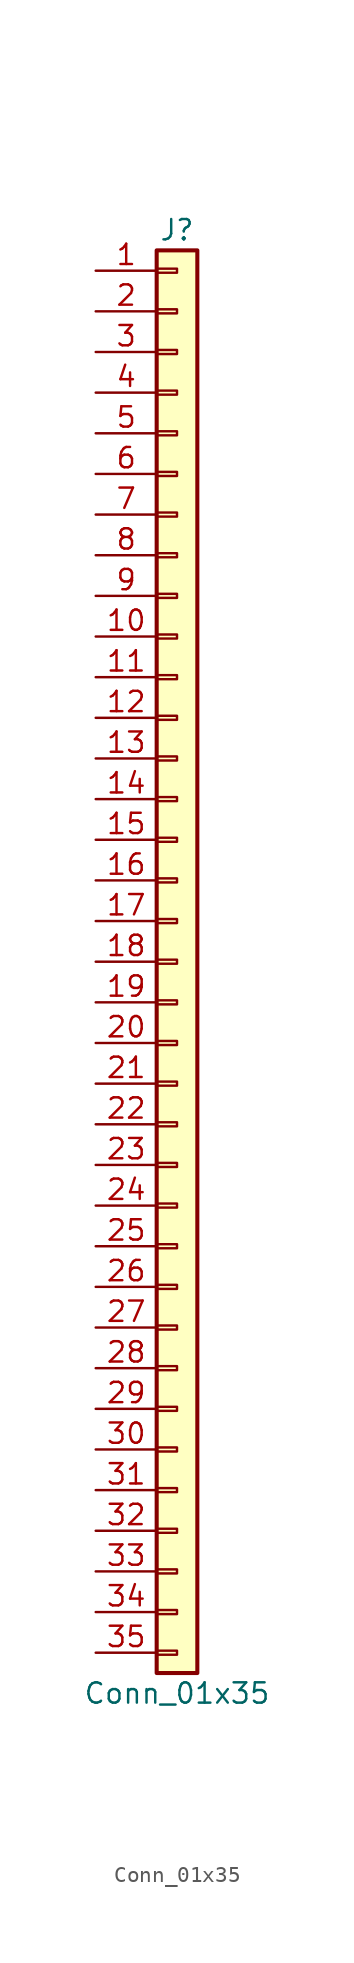
<source format=kicad_sym>
(kicad_symbol_lib
  (version 20211014)
  (generator kicad_symbol_editor)
  (symbol "Conn_01x35"
    (pin_names
      (offset 1.016) hide)
    (property "Reference" "J"
      (at 0 45.72 0)
      (effects (font (size 1.27 1.27))))
    (property "Value" "Conn_01x35"
      (at 0 -45.72 0)
      (effects (font (size 1.27 1.27))))
    (symbol "Conn_01x35_1_1"
      (rectangle (start -1.27 -43.053) (end 0 -43.307) (stroke (width 0.152) (type default) (color 0 0 0 0)) (fill (type none)))
      (rectangle (start -1.27 -40.513) (end 0 -40.767) (stroke (width 0.152) (type default) (color 0 0 0 0)) (fill (type none)))
      (rectangle (start -1.27 -37.973) (end 0 -38.227) (stroke (width 0.152) (type default) (color 0 0 0 0)) (fill (type none)))
      (rectangle (start -1.27 -35.433) (end 0 -35.687) (stroke (width 0.152) (type default) (color 0 0 0 0)) (fill (type none)))
      (rectangle (start -1.27 -32.893) (end 0 -33.147) (stroke (width 0.152) (type default) (color 0 0 0 0)) (fill (type none)))
      (rectangle (start -1.27 -30.353) (end 0 -30.607) (stroke (width 0.152) (type default) (color 0 0 0 0)) (fill (type none)))
      (rectangle (start -1.27 -27.813) (end 0 -28.067) (stroke (width 0.152) (type default) (color 0 0 0 0)) (fill (type none)))
      (rectangle (start -1.27 -25.273) (end 0 -25.527) (stroke (width 0.152) (type default) (color 0 0 0 0)) (fill (type none)))
      (rectangle (start -1.27 -22.733) (end 0 -22.987) (stroke (width 0.152) (type default) (color 0 0 0 0)) (fill (type none)))
      (rectangle (start -1.27 -20.193) (end 0 -20.447) (stroke (width 0.152) (type default) (color 0 0 0 0)) (fill (type none)))
      (rectangle (start -1.27 -17.653) (end 0 -17.907) (stroke (width 0.152) (type default) (color 0 0 0 0)) (fill (type none)))
      (rectangle (start -1.27 -15.113) (end 0 -15.367) (stroke (width 0.152) (type default) (color 0 0 0 0)) (fill (type none)))
      (rectangle (start -1.27 -12.573) (end 0 -12.827) (stroke (width 0.152) (type default) (color 0 0 0 0)) (fill (type none)))
      (rectangle (start -1.27 -10.033) (end 0 -10.287) (stroke (width 0.152) (type default) (color 0 0 0 0)) (fill (type none)))
      (rectangle (start -1.27 -7.493) (end 0 -7.747) (stroke (width 0.152) (type default) (color 0 0 0 0)) (fill (type none)))
      (rectangle (start -1.27 -4.953) (end 0 -5.207) (stroke (width 0.152) (type default) (color 0 0 0 0)) (fill (type none)))
      (rectangle (start -1.27 -2.413) (end 0 -2.667) (stroke (width 0.152) (type default) (color 0 0 0 0)) (fill (type none)))
      (rectangle (start -1.27 0.127) (end 0 -0.127) (stroke (width 0.152) (type default) (color 0 0 0 0)) (fill (type none)))
      (rectangle (start -1.27 2.667) (end 0 2.413) (stroke (width 0.152) (type default) (color 0 0 0 0)) (fill (type none)))
      (rectangle (start -1.27 5.207) (end 0 4.953) (stroke (width 0.152) (type default) (color 0 0 0 0)) (fill (type none)))
      (rectangle (start -1.27 7.747) (end 0 7.493) (stroke (width 0.152) (type default) (color 0 0 0 0)) (fill (type none)))
      (rectangle (start -1.27 10.287) (end 0 10.033) (stroke (width 0.152) (type default) (color 0 0 0 0)) (fill (type none)))
      (rectangle (start -1.27 12.827) (end 0 12.573) (stroke (width 0.152) (type default) (color 0 0 0 0)) (fill (type none)))
      (rectangle (start -1.27 15.367) (end 0 15.113) (stroke (width 0.152) (type default) (color 0 0 0 0)) (fill (type none)))
      (rectangle (start -1.27 17.907) (end 0 17.653) (stroke (width 0.152) (type default) (color 0 0 0 0)) (fill (type none)))
      (rectangle (start -1.27 20.447) (end 0 20.193) (stroke (width 0.152) (type default) (color 0 0 0 0)) (fill (type none)))
      (rectangle (start -1.27 22.987) (end 0 22.733) (stroke (width 0.152) (type default) (color 0 0 0 0)) (fill (type none)))
      (rectangle (start -1.27 25.527) (end 0 25.273) (stroke (width 0.152) (type default) (color 0 0 0 0)) (fill (type none)))
      (rectangle (start -1.27 28.067) (end 0 27.813) (stroke (width 0.152) (type default) (color 0 0 0 0)) (fill (type none)))
      (rectangle (start -1.27 30.607) (end 0 30.353) (stroke (width 0.152) (type default) (color 0 0 0 0)) (fill (type none)))
      (rectangle (start -1.27 33.147) (end 0 32.893) (stroke (width 0.152) (type default) (color 0 0 0 0)) (fill (type none)))
      (rectangle (start -1.27 35.687) (end 0 35.433) (stroke (width 0.152) (type default) (color 0 0 0 0)) (fill (type none)))
      (rectangle (start -1.27 38.227) (end 0 37.973) (stroke (width 0.152) (type default) (color 0 0 0 0)) (fill (type none)))
      (rectangle (start -1.27 40.767) (end 0 40.513) (stroke (width 0.152) (type default) (color 0 0 0 0)) (fill (type none)))
      (rectangle (start -1.27 43.307) (end 0 43.053) (stroke (width 0.152) (type default) (color 0 0 0 0)) (fill (type none)))
      (rectangle (start -1.27 44.45) (end 1.27 -44.45) (stroke (width 0.254) (type default) (color 0 0 0 0)) (fill (type background)))
      (pin passive line (at -5.08 43.18 0) (length 3.81) (name "Pin_1" (effects (font (size 1.27 1.27)))) (number "1" (effects (font (size 1.27 1.27)))))
      (pin passive line (at -5.08 20.32 0) (length 3.81) (name "Pin_10" (effects (font (size 1.27 1.27)))) (number "10" (effects (font (size 1.27 1.27)))))
      (pin passive line (at -5.08 17.78 0) (length 3.81) (name "Pin_11" (effects (font (size 1.27 1.27)))) (number "11" (effects (font (size 1.27 1.27)))))
      (pin passive line (at -5.08 15.24 0) (length 3.81) (name "Pin_12" (effects (font (size 1.27 1.27)))) (number "12" (effects (font (size 1.27 1.27)))))
      (pin passive line (at -5.08 12.7 0) (length 3.81) (name "Pin_13" (effects (font (size 1.27 1.27)))) (number "13" (effects (font (size 1.27 1.27)))))
      (pin passive line (at -5.08 10.16 0) (length 3.81) (name "Pin_14" (effects (font (size 1.27 1.27)))) (number "14" (effects (font (size 1.27 1.27)))))
      (pin passive line (at -5.08 7.62 0) (length 3.81) (name "Pin_15" (effects (font (size 1.27 1.27)))) (number "15" (effects (font (size 1.27 1.27)))))
      (pin passive line (at -5.08 5.08 0) (length 3.81) (name "Pin_16" (effects (font (size 1.27 1.27)))) (number "16" (effects (font (size 1.27 1.27)))))
      (pin passive line (at -5.08 2.54 0) (length 3.81) (name "Pin_17" (effects (font (size 1.27 1.27)))) (number "17" (effects (font (size 1.27 1.27)))))
      (pin passive line (at -5.08 0 0) (length 3.81) (name "Pin_18" (effects (font (size 1.27 1.27)))) (number "18" (effects (font (size 1.27 1.27)))))
      (pin passive line (at -5.08 -2.54 0) (length 3.81) (name "Pin_19" (effects (font (size 1.27 1.27)))) (number "19" (effects (font (size 1.27 1.27)))))
      (pin passive line (at -5.08 40.64 0) (length 3.81) (name "Pin_2" (effects (font (size 1.27 1.27)))) (number "2" (effects (font (size 1.27 1.27)))))
      (pin passive line (at -5.08 -5.08 0) (length 3.81) (name "Pin_20" (effects (font (size 1.27 1.27)))) (number "20" (effects (font (size 1.27 1.27)))))
      (pin passive line (at -5.08 -7.62 0) (length 3.81) (name "Pin_21" (effects (font (size 1.27 1.27)))) (number "21" (effects (font (size 1.27 1.27)))))
      (pin passive line (at -5.08 -10.16 0) (length 3.81) (name "Pin_22" (effects (font (size 1.27 1.27)))) (number "22" (effects (font (size 1.27 1.27)))))
      (pin passive line (at -5.08 -12.7 0) (length 3.81) (name "Pin_23" (effects (font (size 1.27 1.27)))) (number "23" (effects (font (size 1.27 1.27)))))
      (pin passive line (at -5.08 -15.24 0) (length 3.81) (name "Pin_24" (effects (font (size 1.27 1.27)))) (number "24" (effects (font (size 1.27 1.27)))))
      (pin passive line (at -5.08 -17.78 0) (length 3.81) (name "Pin_25" (effects (font (size 1.27 1.27)))) (number "25" (effects (font (size 1.27 1.27)))))
      (pin passive line (at -5.08 -20.32 0) (length 3.81) (name "Pin_26" (effects (font (size 1.27 1.27)))) (number "26" (effects (font (size 1.27 1.27)))))
      (pin passive line (at -5.08 -22.86 0) (length 3.81) (name "Pin_27" (effects (font (size 1.27 1.27)))) (number "27" (effects (font (size 1.27 1.27)))))
      (pin passive line (at -5.08 -25.4 0) (length 3.81) (name "Pin_28" (effects (font (size 1.27 1.27)))) (number "28" (effects (font (size 1.27 1.27)))))
      (pin passive line (at -5.08 -27.94 0) (length 3.81) (name "Pin_29" (effects (font (size 1.27 1.27)))) (number "29" (effects (font (size 1.27 1.27)))))
      (pin passive line (at -5.08 38.1 0) (length 3.81) (name "Pin_3" (effects (font (size 1.27 1.27)))) (number "3" (effects (font (size 1.27 1.27)))))
      (pin passive line (at -5.08 -30.48 0) (length 3.81) (name "Pin_30" (effects (font (size 1.27 1.27)))) (number "30" (effects (font (size 1.27 1.27)))))
      (pin passive line (at -5.08 -33.02 0) (length 3.81) (name "Pin_31" (effects (font (size 1.27 1.27)))) (number "31" (effects (font (size 1.27 1.27)))))
      (pin passive line (at -5.08 -35.56 0) (length 3.81) (name "Pin_32" (effects (font (size 1.27 1.27)))) (number "32" (effects (font (size 1.27 1.27)))))
      (pin passive line (at -5.08 -38.1 0) (length 3.81) (name "Pin_33" (effects (font (size 1.27 1.27)))) (number "33" (effects (font (size 1.27 1.27)))))
      (pin passive line (at -5.08 -40.64 0) (length 3.81) (name "Pin_34" (effects (font (size 1.27 1.27)))) (number "34" (effects (font (size 1.27 1.27)))))
      (pin passive line (at -5.08 -43.18 0) (length 3.81) (name "Pin_35" (effects (font (size 1.27 1.27)))) (number "35" (effects (font (size 1.27 1.27)))))
      (pin passive line (at -5.08 35.56 0) (length 3.81) (name "Pin_4" (effects (font (size 1.27 1.27)))) (number "4" (effects (font (size 1.27 1.27)))))
      (pin passive line (at -5.08 33.02 0) (length 3.81) (name "Pin_5" (effects (font (size 1.27 1.27)))) (number "5" (effects (font (size 1.27 1.27)))))
      (pin passive line (at -5.08 30.48 0) (length 3.81) (name "Pin_6" (effects (font (size 1.27 1.27)))) (number "6" (effects (font (size 1.27 1.27)))))
      (pin passive line (at -5.08 27.94 0) (length 3.81) (name "Pin_7" (effects (font (size 1.27 1.27)))) (number "7" (effects (font (size 1.27 1.27)))))
      (pin passive line (at -5.08 25.4 0) (length 3.81) (name "Pin_8" (effects (font (size 1.27 1.27)))) (number "8" (effects (font (size 1.27 1.27)))))
      (pin passive line (at -5.08 22.86 0) (length 3.81) (name "Pin_9" (effects (font (size 1.27 1.27)))) (number "9" (effects (font (size 1.27 1.27))))))))
</source>
